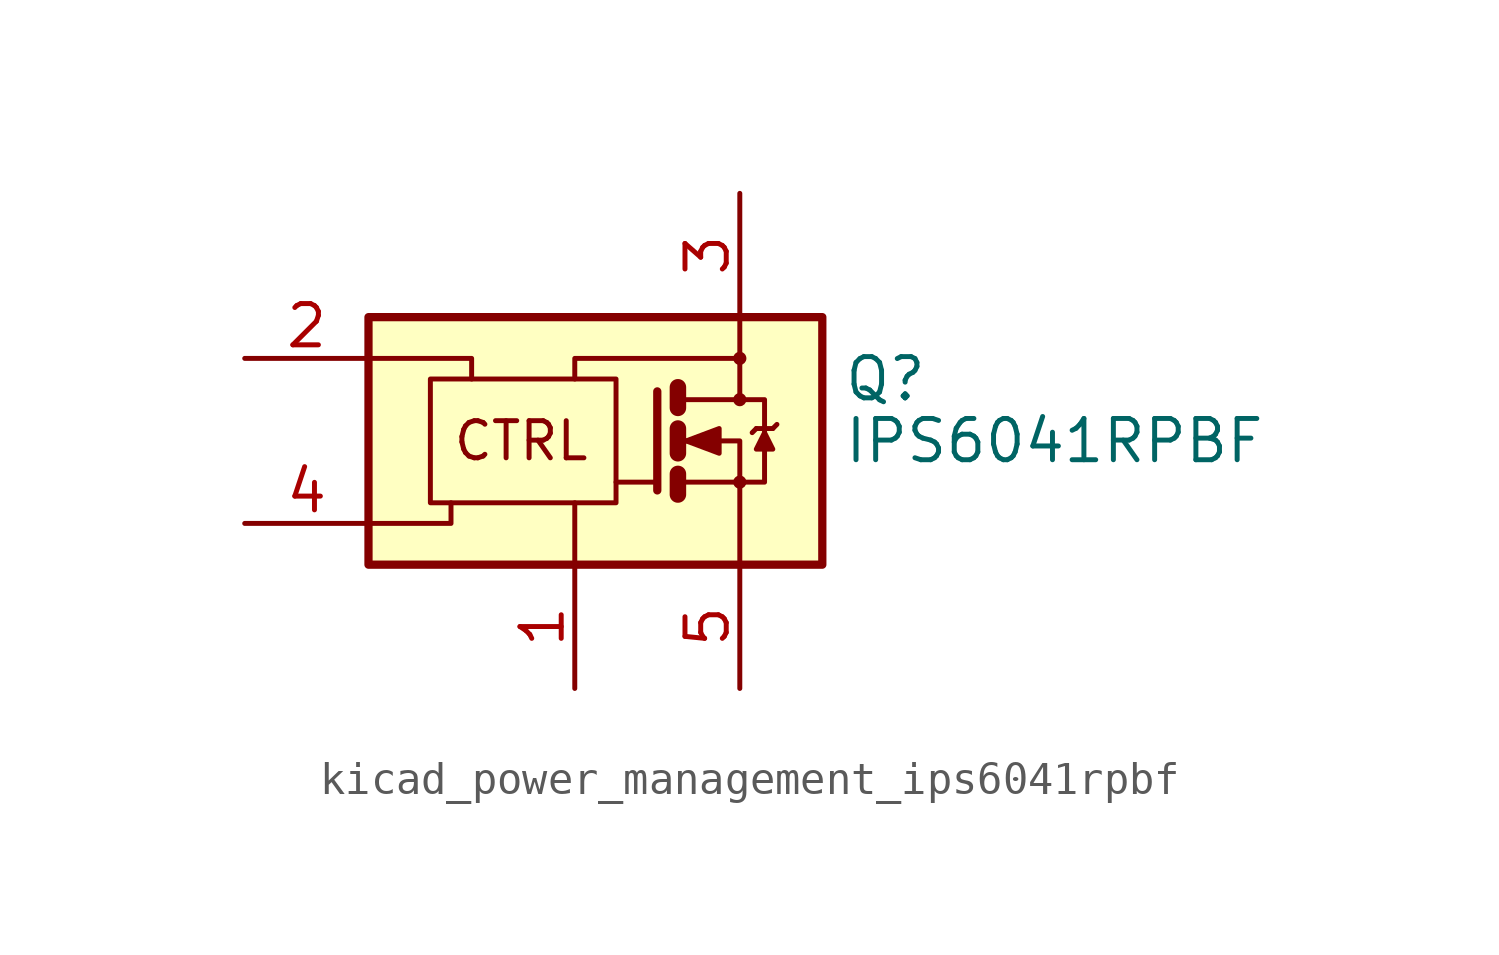
<source format=kicad_sym>
(kicad_symbol_lib
  (version 20220914)
  (generator kicad_symbol_editor)
  (symbol "kicad_power_management_ips6041rpbf"
    (pin_names
      (offset 0) hide)
    (property "Reference" "Q"
      (at 8.255 1.905 0)
      (effects (font (size 1.27 1.27)) (justify left)))
    (property "Value" "IPS6041RPBF"
      (at 8.255 0 0)
      (effects (font (size 1.27 1.27)) (justify left)))
    (symbol "kicad_power_management_ips6041rpbf_0_0"
      (rectangle (start -6.35 3.81) (end 7.62 -3.81) (stroke (width 0.254) (type default)) (fill (type background)))
      (polyline (pts (xy 0 -3.81) (xy 0 -1.905)) (stroke (width 0) (type default)) (fill (type none)))
      (polyline (pts (xy -6.35 -2.54) (xy -3.81 -2.54) (xy -3.81 -1.905)) (stroke (width 0) (type default)) (fill (type none)))
      (polyline (pts (xy -6.35 2.54) (xy -3.175 2.54) (xy -3.175 1.905)) (stroke (width 0) (type default)) (fill (type none)))
      (polyline (pts (xy 0 1.905) (xy 0 2.54) (xy 5.08 2.54)) (stroke (width 0) (type default)) (fill (type none)))
      (circle (center 5.08 2.54) (radius 0.127) (stroke (width 0) (type default)) (fill (type none)))
      (text "CTRL" (at -1.651 0 0) (effects (font (size 1.143 1.143)))))
    (symbol "kicad_power_management_ips6041rpbf_0_1"
      (rectangle (start -4.445 1.905) (end 1.27 -1.905) (stroke (width 0) (type default)) (fill (type none)))
      (polyline (pts (xy 2.54 -1.27) (xy 1.27 -1.27)) (stroke (width 0) (type default)) (fill (type none)))
      (polyline (pts (xy 3.175 -1.27) (xy 5.08 -1.27)) (stroke (width 0) (type default)) (fill (type none)))
      (polyline (pts (xy 3.175 -1.016) (xy 3.175 -1.651)) (stroke (width 0.508) (type default)) (fill (type none)))
      (polyline (pts (xy 3.175 0.381) (xy 3.175 -0.381)) (stroke (width 0.508) (type default)) (fill (type none)))
      (polyline (pts (xy 3.175 1.651) (xy 3.175 1.016)) (stroke (width 0.508) (type default)) (fill (type none)))
      (polyline (pts (xy 5.588 0.381) (xy 5.461 0.254)) (stroke (width 0) (type default)) (fill (type none)))
      (polyline (pts (xy 5.588 0.381) (xy 6.096 0.381)) (stroke (width 0) (type default)) (fill (type none)))
      (polyline (pts (xy 6.096 0.381) (xy 6.223 0.508)) (stroke (width 0) (type default)) (fill (type none)))
      (polyline (pts (xy 2.54 1.524) (xy 2.54 -1.524) (xy 2.54 -1.524)) (stroke (width 0.254) (type default)) (fill (type none)))
      (polyline (pts (xy 3.175 0) (xy 5.08 0) (xy 5.08 -3.81)) (stroke (width 0) (type default)) (fill (type none)))
      (polyline (pts (xy 3.175 1.27) (xy 5.08 1.27) (xy 5.08 3.81)) (stroke (width 0) (type default)) (fill (type none)))
      (polyline (pts (xy 5.08 -1.27) (xy 5.842 -1.27) (xy 5.842 1.27) (xy 5.08 1.27)) (stroke (width 0) (type default)) (fill (type none)))
      (polyline (pts (xy 5.842 0.254) (xy 5.588 -0.254) (xy 6.096 -0.254) (xy 5.842 0.254)) (stroke (width 0) (type default)) (fill (type outline)))
      (polyline (pts (xy 3.429 0) (xy 4.445 0.381) (xy 4.445 -0.381) (xy 3.429 0) (xy 3.556 0) (xy 3.556 0)) (stroke (width 0) (type default)) (fill (type outline)))
      (circle (center 5.08 -1.27) (radius 0.127) (stroke (width 0) (type default)) (fill (type none)))
      (circle (center 5.08 1.27) (radius 0.127) (stroke (width 0) (type default)) (fill (type none))))
    (symbol "kicad_power_management_ips6041rpbf_1_1"
      (pin power_in line (at 0 -7.62 90) (length 3.81) (name "GND" (effects (font (size 1.27 1.27)))) (number "1" (effects (font (size 1.27 1.27)))))
      (pin input line (at -10.16 2.54 0) (length 3.81) (name "IN" (effects (font (size 1.27 1.27)))) (number "2" (effects (font (size 1.27 1.27)))))
      (pin power_in line (at 5.08 7.62 270) (length 3.81) (name "VCC" (effects (font (size 1.27 1.27)))) (number "3" (effects (font (size 1.27 1.27)))))
      (pin bidirectional line (at -10.16 -2.54 0) (length 3.81) (name "DG" (effects (font (size 1.27 1.27)))) (number "4" (effects (font (size 1.27 1.27)))))
      (pin output line (at 5.08 -7.62 90) (length 3.81) (name "OUT" (effects (font (size 1.27 1.27)))) (number "5" (effects (font (size 1.27 1.27))))))))
</source>
